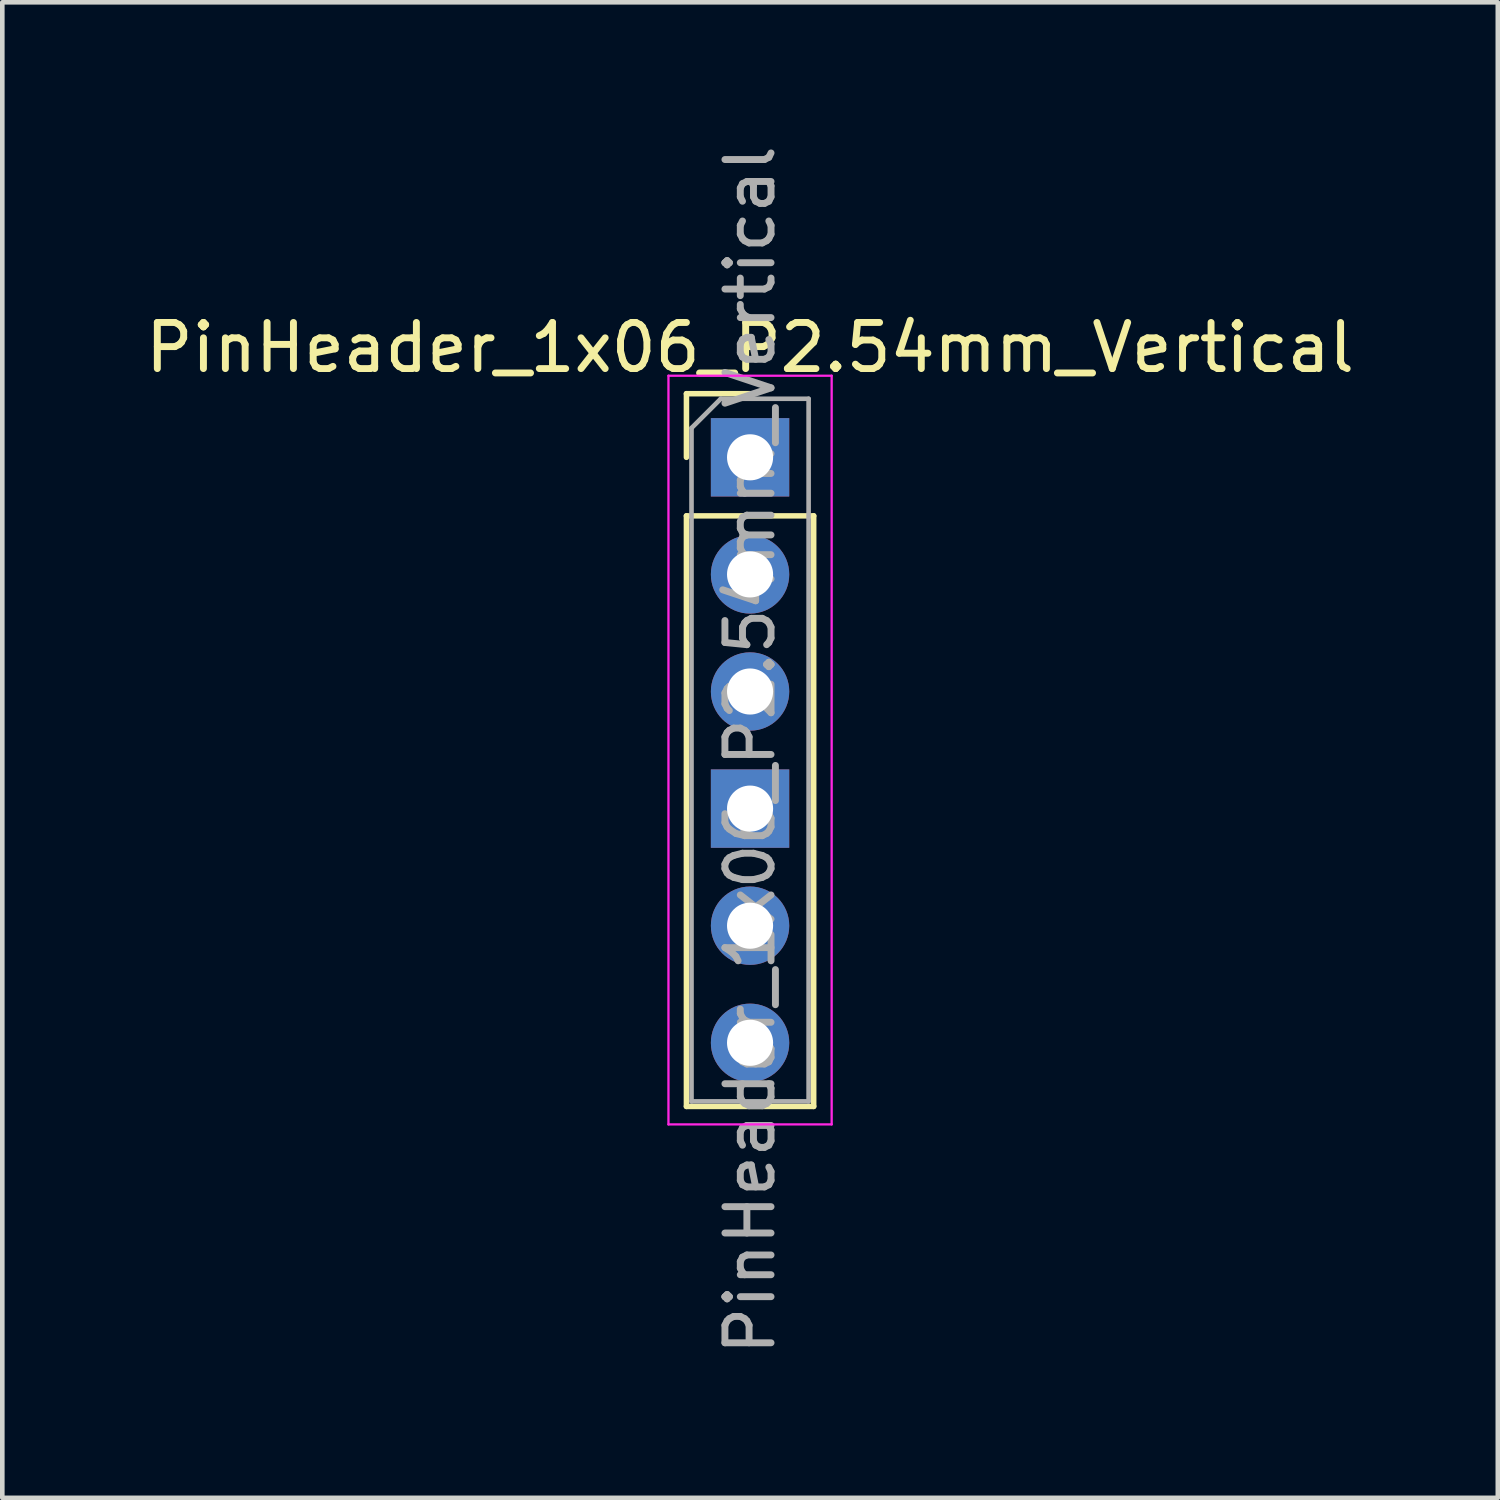
<source format=kicad_pcb>
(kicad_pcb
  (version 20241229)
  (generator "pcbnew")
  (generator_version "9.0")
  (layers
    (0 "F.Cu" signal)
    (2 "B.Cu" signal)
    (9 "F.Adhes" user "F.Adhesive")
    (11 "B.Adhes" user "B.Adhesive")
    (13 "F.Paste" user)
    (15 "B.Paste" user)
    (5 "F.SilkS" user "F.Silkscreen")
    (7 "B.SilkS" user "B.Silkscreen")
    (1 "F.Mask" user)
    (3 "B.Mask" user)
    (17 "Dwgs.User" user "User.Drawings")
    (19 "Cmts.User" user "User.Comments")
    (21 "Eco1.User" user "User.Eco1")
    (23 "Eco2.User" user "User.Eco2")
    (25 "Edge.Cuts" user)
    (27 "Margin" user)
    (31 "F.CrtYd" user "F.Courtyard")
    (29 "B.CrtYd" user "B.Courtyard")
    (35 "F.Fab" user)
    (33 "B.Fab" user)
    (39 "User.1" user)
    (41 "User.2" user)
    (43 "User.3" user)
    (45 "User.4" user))
  (footprint "PinHeader_1x06_P2.54mm_Vertical"
    (layer "F.Cu")
    (at 13.22 6.87)
    (property "Reference" "PinHeader_1x06_P2.54mm_Vertical" (at 0 -2.38 0) (layer "F.SilkS") (effects (font (size 1 1) (thickness 0.15))))
    (attr through_hole)
    (fp_line (start -1.38 -1.38) (end 0 -1.38) (stroke (width 0.12) (type solid)) (layer "F.SilkS"))
    (fp_line (start -1.38 0) (end -1.38 -1.38) (stroke (width 0.12) (type solid)) (layer "F.SilkS"))
    (fp_line (start -1.38 1.27) (end -1.38 14.08) (stroke (width 0.12) (type solid)) (layer "F.SilkS"))
    (fp_line (start -1.38 1.27) (end 1.38 1.27) (stroke (width 0.12) (type solid)) (layer "F.SilkS"))
    (fp_line (start -1.38 14.08) (end 1.38 14.08) (stroke (width 0.12) (type solid)) (layer "F.SilkS"))
    (fp_line (start 1.38 1.27) (end 1.38 14.08) (stroke (width 0.12) (type solid)) (layer "F.SilkS"))
    (fp_line (start -1.77 -1.77) (end -1.77 14.47) (stroke (width 0.05) (type solid)) (layer "F.CrtYd"))
    (fp_line (start -1.77 14.47) (end 1.77 14.47) (stroke (width 0.05) (type solid)) (layer "F.CrtYd"))
    (fp_line (start 1.77 -1.77) (end -1.77 -1.77) (stroke (width 0.05) (type solid)) (layer "F.CrtYd"))
    (fp_line (start 1.77 14.47) (end 1.77 -1.77) (stroke (width 0.05) (type solid)) (layer "F.CrtYd"))
    (fp_line (start -1.27 -0.635) (end -0.635 -1.27) (stroke (width 0.1) (type solid)) (layer "F.Fab"))
    (fp_line (start -1.27 13.97) (end -1.27 -0.635) (stroke (width 0.1) (type solid)) (layer "F.Fab"))
    (fp_line (start -0.635 -1.27) (end 1.27 -1.27) (stroke (width 0.1) (type solid)) (layer "F.Fab"))
    (fp_line (start 1.27 -1.27) (end 1.27 13.97) (stroke (width 0.1) (type solid)) (layer "F.Fab"))
    (fp_line (start 1.27 13.97) (end -1.27 13.97) (stroke (width 0.1) (type solid)) (layer "F.Fab"))
    (fp_text user "${REFERENCE}" (at 0 6.35 90) (layer "F.Fab") (effects (font (size 1 1) (thickness 0.15))))
    (pad "1" thru_hole rect (at 0 0) (size 1.7 1.7) (drill 1) (layers "*.Cu" "*.Mask"))
    (pad "2" thru_hole circle (at 0 2.54) (size 1.7 1.7) (drill 1) (layers "*.Cu" "*.Mask"))
    (pad "3" thru_hole circle (at 0 5.08) (size 1.7 1.7) (drill 1) (layers "*.Cu" "*.Mask"))
    (pad "4" thru_hole rect (at 0 7.62) (size 1.7 1.7) (drill 1) (layers "*.Cu" "*.Mask"))
    (pad "5" thru_hole circle (at 0 10.16) (size 1.7 1.7) (drill 1) (layers "*.Cu" "*.Mask"))
    (pad "6" thru_hole circle (at 0 12.7) (size 1.7 1.7) (drill 1) (layers "*.Cu" "*.Mask")))
  (gr_rect
    (start -3 -3)
    (end 29.44 29.44)
    (stroke (width 0.1) (type default))
    (fill no)
    (layer "Edge.Cuts")))
</source>
